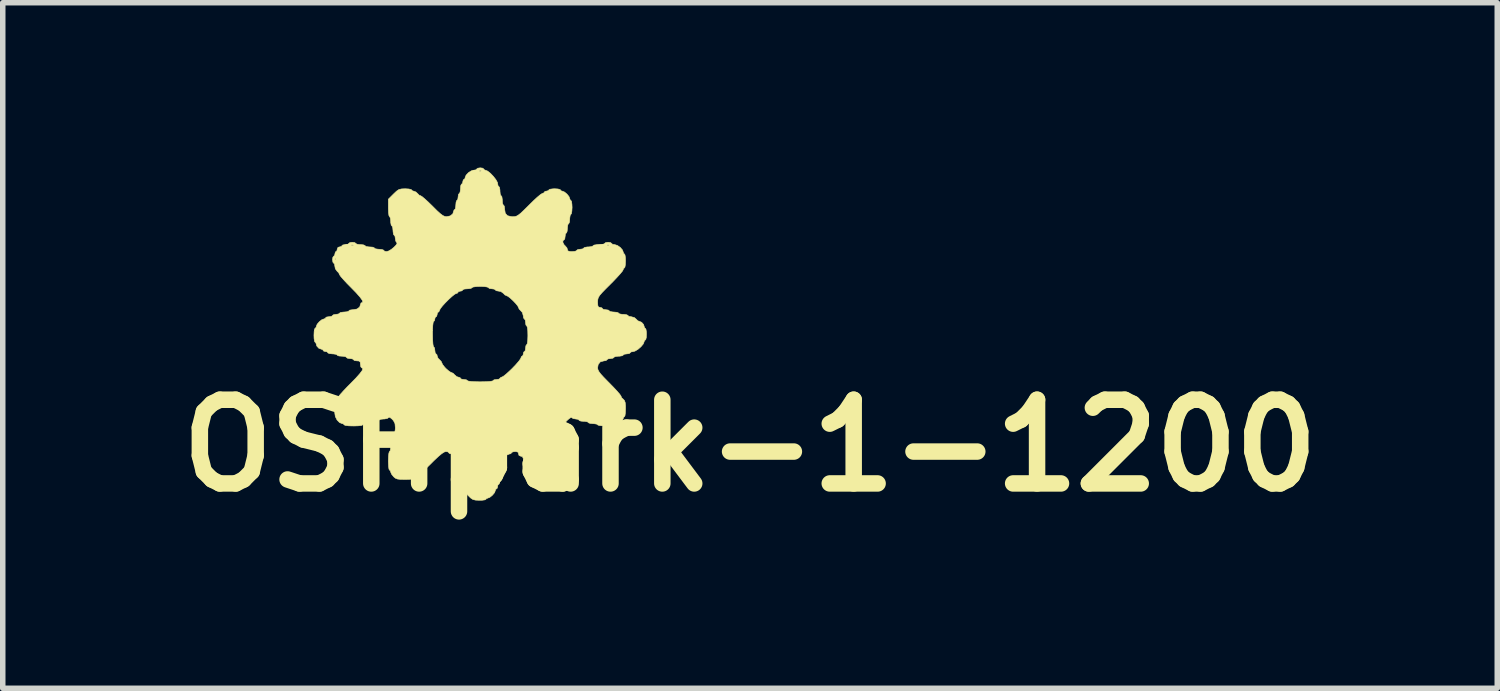
<source format=kicad_pcb>
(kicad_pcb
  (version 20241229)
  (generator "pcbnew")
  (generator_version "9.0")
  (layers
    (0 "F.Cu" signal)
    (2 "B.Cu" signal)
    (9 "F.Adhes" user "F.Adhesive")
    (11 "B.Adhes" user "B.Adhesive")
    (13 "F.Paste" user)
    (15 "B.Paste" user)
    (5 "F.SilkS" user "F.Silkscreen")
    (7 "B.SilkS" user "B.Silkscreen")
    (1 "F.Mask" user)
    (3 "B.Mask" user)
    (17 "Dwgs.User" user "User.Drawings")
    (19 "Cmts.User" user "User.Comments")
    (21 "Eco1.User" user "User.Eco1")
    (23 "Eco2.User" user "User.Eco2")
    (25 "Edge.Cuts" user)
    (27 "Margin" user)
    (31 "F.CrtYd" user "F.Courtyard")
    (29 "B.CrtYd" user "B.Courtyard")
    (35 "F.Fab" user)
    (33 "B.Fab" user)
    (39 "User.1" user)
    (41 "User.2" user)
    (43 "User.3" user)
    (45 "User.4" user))
  (footprint "OSHpark-1-1200"
    (layer "F.Cu")
    (at 5.628 3.011)
    (property "Reference" "OSHpark-1-1200" (at 4.975 2.05 180) (layer "F.SilkS") (effects (font (size 1.524 1.524) (thickness 0.3))))
    (attr through_hole)
    (fp_poly (pts (xy 0.108 -3) (xy 0.127 -2.985) (xy 0.127 -2.985) (xy 0.144 -2.966) (xy 0.159 -2.963) (xy 0.198 -2.947) (xy 0.25 -2.906) (xy 0.303 -2.85) (xy 0.349 -2.791) (xy 0.377 -2.74) (xy 0.381 -2.72) (xy 0.388 -2.68) (xy 0.402 -2.667) (xy 0.415 -2.648) (xy 0.423 -2.601) (xy 0.423 -2.582) (xy 0.428 -2.529) (xy 0.44 -2.5) (xy 0.445 -2.498) (xy 0.458 -2.479) (xy 0.465 -2.432) (xy 0.466 -2.413) (xy 0.47 -2.36) (xy 0.482 -2.33) (xy 0.487 -2.328) (xy 0.501 -2.31) (xy 0.508 -2.264) (xy 0.508 -2.253) (xy 0.52 -2.179) (xy 0.559 -2.135) (xy 0.629 -2.118) (xy 0.655 -2.117) (xy 0.692 -2.118) (xy 0.724 -2.127) (xy 0.759 -2.147) (xy 0.803 -2.182) (xy 0.863 -2.239) (xy 0.945 -2.32) (xy 0.953 -2.328) (xy 1.031 -2.405) (xy 1.1 -2.469) (xy 1.155 -2.515) (xy 1.19 -2.538) (xy 1.195 -2.54) (xy 1.224 -2.551) (xy 1.228 -2.561) (xy 1.245 -2.578) (xy 1.27 -2.582) (xy 1.304 -2.591) (xy 1.312 -2.603) (xy 1.331 -2.616) (xy 1.38 -2.623) (xy 1.418 -2.625) (xy 1.479 -2.621) (xy 1.517 -2.611) (xy 1.524 -2.603) (xy 1.541 -2.585) (xy 1.557 -2.582) (xy 1.597 -2.566) (xy 1.643 -2.528) (xy 1.68 -2.482) (xy 1.693 -2.446) (xy 1.704 -2.417) (xy 1.714 -2.413) (xy 1.726 -2.394) (xy 1.733 -2.343) (xy 1.736 -2.286) (xy 1.732 -2.218) (xy 1.724 -2.172) (xy 1.714 -2.159) (xy 1.701 -2.14) (xy 1.694 -2.093) (xy 1.693 -2.074) (xy 1.689 -2.021) (xy 1.677 -1.992) (xy 1.672 -1.99) (xy 1.659 -1.971) (xy 1.652 -1.924) (xy 1.651 -1.905) (xy 1.646 -1.852) (xy 1.635 -1.822) (xy 1.63 -1.82) (xy 1.615 -1.802) (xy 1.609 -1.758) (xy 1.609 -1.757) (xy 1.603 -1.712) (xy 1.588 -1.693) (xy 1.587 -1.693) (xy 1.568 -1.679) (xy 1.57 -1.644) (xy 1.59 -1.606) (xy 1.609 -1.587) (xy 1.642 -1.549) (xy 1.651 -1.519) (xy 1.66 -1.494) (xy 1.694 -1.483) (xy 1.736 -1.482) (xy 1.789 -1.486) (xy 1.818 -1.498) (xy 1.82 -1.503) (xy 1.839 -1.518) (xy 1.883 -1.524) (xy 1.884 -1.524) (xy 1.928 -1.53) (xy 1.947 -1.545) (xy 1.947 -1.545) (xy 1.966 -1.558) (xy 2.013 -1.566) (xy 2.032 -1.566) (xy 2.085 -1.571) (xy 2.115 -1.583) (xy 2.117 -1.587) (xy 2.136 -1.6) (xy 2.149 -1.602) (xy 2.378 -1.602) (xy 2.381 -1.589) (xy 2.392 -1.587) (xy 2.409 -1.595) (xy 2.406 -1.602) (xy 2.381 -1.604) (xy 2.378 -1.602) (xy 2.149 -1.602) (xy 2.184 -1.607) (xy 2.223 -1.609) (xy 2.283 -1.612) (xy 2.321 -1.622) (xy 2.328 -1.63) (xy 2.347 -1.645) (xy 2.391 -1.651) (xy 2.392 -1.651) (xy 2.436 -1.645) (xy 2.455 -1.63) (xy 2.455 -1.63) (xy 2.473 -1.614) (xy 2.509 -1.609) (xy 2.561 -1.593) (xy 2.614 -1.556) (xy 2.654 -1.509) (xy 2.667 -1.472) (xy 2.678 -1.443) (xy 2.688 -1.439) (xy 2.699 -1.42) (xy 2.707 -1.37) (xy 2.709 -1.312) (xy 2.706 -1.245) (xy 2.698 -1.199) (xy 2.688 -1.185) (xy 2.669 -1.168) (xy 2.667 -1.153) (xy 2.653 -1.127) (xy 2.613 -1.078) (xy 2.553 -1.012) (xy 2.479 -0.934) (xy 2.434 -0.889) (xy 2.346 -0.801) (xy 2.283 -0.736) (xy 2.242 -0.689) (xy 2.218 -0.652) (xy 2.206 -0.62) (xy 2.202 -0.587) (xy 2.201 -0.562) (xy 2.204 -0.502) (xy 2.215 -0.473) (xy 2.24 -0.466) (xy 2.244 -0.466) (xy 2.278 -0.457) (xy 2.286 -0.445) (xy 2.304 -0.43) (xy 2.349 -0.423) (xy 2.349 -0.423) (xy 2.394 -0.417) (xy 2.413 -0.402) (xy 2.413 -0.402) (xy 2.432 -0.389) (xy 2.479 -0.382) (xy 2.498 -0.381) (xy 2.551 -0.376) (xy 2.58 -0.365) (xy 2.582 -0.36) (xy 2.601 -0.347) (xy 2.648 -0.339) (xy 2.667 -0.339) (xy 2.72 -0.334) (xy 2.75 -0.322) (xy 2.752 -0.318) (xy 2.77 -0.302) (xy 2.81 -0.296) (xy 2.87 -0.28) (xy 2.9 -0.254) (xy 2.934 -0.221) (xy 2.959 -0.212) (xy 3.002 -0.194) (xy 3.038 -0.153) (xy 3.048 -0.118) (xy 3.059 -0.089) (xy 3.069 -0.085) (xy 3.081 -0.066) (xy 3.089 -0.017) (xy 3.09 0.021) (xy 3.087 0.082) (xy 3.077 0.12) (xy 3.069 0.127) (xy 3.051 0.144) (xy 3.048 0.159) (xy 3.031 0.201) (xy 2.989 0.251) (xy 2.935 0.298) (xy 2.881 0.33) (xy 2.848 0.339) (xy 2.808 0.346) (xy 2.794 0.36) (xy 2.776 0.375) (xy 2.731 0.381) (xy 2.731 0.381) (xy 2.686 0.387) (xy 2.667 0.402) (xy 2.667 0.402) (xy 2.648 0.415) (xy 2.601 0.423) (xy 2.582 0.423) (xy 2.529 0.428) (xy 2.5 0.44) (xy 2.498 0.445) (xy 2.479 0.459) (xy 2.435 0.466) (xy 2.434 0.466) (xy 2.39 0.472) (xy 2.371 0.487) (xy 2.371 0.487) (xy 2.353 0.503) (xy 2.316 0.508) (xy 2.251 0.525) (xy 2.211 0.574) (xy 2.201 0.634) (xy 2.206 0.666) (xy 2.222 0.7) (xy 2.255 0.745) (xy 2.309 0.804) (xy 2.388 0.885) (xy 2.413 0.91) (xy 2.489 0.988) (xy 2.553 1.057) (xy 2.6 1.111) (xy 2.623 1.143) (xy 2.625 1.148) (xy 2.64 1.181) (xy 2.667 1.206) (xy 2.69 1.231) (xy 2.703 1.268) (xy 2.709 1.33) (xy 2.709 1.381) (xy 2.706 1.455) (xy 2.699 1.506) (xy 2.688 1.524) (xy 2.67 1.541) (xy 2.667 1.557) (xy 2.649 1.605) (xy 2.607 1.642) (xy 2.573 1.651) (xy 2.544 1.662) (xy 2.54 1.672) (xy 2.52 1.683) (xy 2.466 1.69) (xy 2.386 1.693) (xy 2.371 1.693) (xy 2.287 1.691) (xy 2.228 1.684) (xy 2.202 1.674) (xy 2.201 1.672) (xy 2.183 1.659) (xy 2.136 1.652) (xy 2.117 1.651) (xy 2.064 1.646) (xy 2.034 1.635) (xy 2.032 1.63) (xy 2.013 1.617) (xy 1.966 1.609) (xy 1.947 1.609) (xy 1.894 1.604) (xy 1.865 1.592) (xy 1.863 1.587) (xy 1.844 1.572) (xy 1.801 1.566) (xy 1.754 1.558) (xy 1.731 1.541) (xy 1.714 1.539) (xy 1.68 1.561) (xy 1.639 1.598) (xy 1.601 1.641) (xy 1.573 1.681) (xy 1.566 1.703) (xy 1.578 1.732) (xy 1.587 1.736) (xy 1.601 1.754) (xy 1.608 1.801) (xy 1.609 1.82) (xy 1.613 1.873) (xy 1.625 1.903) (xy 1.63 1.905) (xy 1.645 1.923) (xy 1.651 1.968) (xy 1.651 1.968) (xy 1.657 2.013) (xy 1.672 2.032) (xy 1.672 2.032) (xy 1.685 2.051) (xy 1.693 2.098) (xy 1.693 2.117) (xy 1.698 2.17) (xy 1.71 2.199) (xy 1.714 2.201) (xy 1.726 2.221) (xy 1.733 2.271) (xy 1.736 2.328) (xy 1.732 2.396) (xy 1.724 2.442) (xy 1.714 2.455) (xy 1.697 2.473) (xy 1.693 2.498) (xy 1.684 2.532) (xy 1.672 2.54) (xy 1.655 2.558) (xy 1.651 2.582) (xy 1.636 2.618) (xy 1.609 2.625) (xy 1.574 2.634) (xy 1.566 2.646) (xy 1.547 2.657) (xy 1.494 2.664) (xy 1.418 2.667) (xy 1.418 2.667) (xy 1.342 2.664) (xy 1.29 2.657) (xy 1.27 2.646) (xy 1.27 2.646) (xy 1.253 2.627) (xy 1.236 2.625) (xy 1.201 2.61) (xy 1.156 2.574) (xy 1.143 2.561) (xy 1.1 2.521) (xy 1.066 2.499) (xy 1.059 2.498) (xy 1.025 2.482) (xy 0.982 2.444) (xy 0.947 2.399) (xy 0.931 2.362) (xy 0.931 2.361) (xy 0.914 2.334) (xy 0.889 2.328) (xy 0.854 2.313) (xy 0.847 2.286) (xy 0.832 2.251) (xy 0.804 2.244) (xy 0.769 2.229) (xy 0.762 2.201) (xy 0.752 2.17) (xy 0.715 2.159) (xy 0.699 2.159) (xy 0.654 2.165) (xy 0.635 2.18) (xy 0.635 2.18) (xy 0.618 2.199) (xy 0.602 2.201) (xy 0.551 2.22) (xy 0.518 2.272) (xy 0.508 2.337) (xy 0.503 2.387) (xy 0.49 2.412) (xy 0.487 2.413) (xy 0.474 2.432) (xy 0.466 2.479) (xy 0.466 2.498) (xy 0.461 2.551) (xy 0.449 2.58) (xy 0.445 2.582) (xy 0.431 2.601) (xy 0.424 2.648) (xy 0.423 2.667) (xy 0.419 2.72) (xy 0.407 2.75) (xy 0.402 2.752) (xy 0.385 2.769) (xy 0.381 2.794) (xy 0.372 2.828) (xy 0.36 2.836) (xy 0.341 2.854) (xy 0.339 2.869) (xy 0.323 2.909) (xy 0.284 2.955) (xy 0.238 2.992) (xy 0.202 3.006) (xy 0.173 3.017) (xy 0.169 3.027) (xy 0.15 3.038) (xy 0.1 3.045) (xy 0.048 3.046) (xy -0.022 3.043) (xy -0.07 3.031) (xy -0.112 3.003) (xy -0.164 2.952) (xy -0.212 2.897) (xy -0.245 2.85) (xy -0.254 2.826) (xy -0.265 2.798) (xy -0.275 2.794) (xy -0.288 2.775) (xy -0.296 2.728) (xy -0.296 2.709) (xy -0.301 2.656) (xy -0.313 2.627) (xy -0.318 2.625) (xy -0.331 2.606) (xy -0.338 2.559) (xy -0.339 2.54) (xy -0.343 2.487) (xy -0.355 2.457) (xy -0.36 2.455) (xy -0.375 2.437) (xy -0.381 2.393) (xy -0.381 2.392) (xy -0.387 2.347) (xy -0.402 2.328) (xy -0.402 2.328) (xy -0.417 2.31) (xy -0.423 2.266) (xy -0.423 2.265) (xy -0.43 2.218) (xy -0.455 2.202) (xy -0.466 2.201) (xy -0.5 2.192) (xy -0.508 2.18) (xy -0.526 2.164) (xy -0.562 2.159) (xy -0.592 2.168) (xy -0.636 2.196) (xy -0.697 2.247) (xy -0.779 2.324) (xy -0.847 2.392) (xy -0.929 2.472) (xy -1.002 2.541) (xy -1.061 2.592) (xy -1.1 2.62) (xy -1.111 2.625) (xy -1.139 2.636) (xy -1.143 2.646) (xy -1.163 2.656) (xy -1.216 2.664) (xy -1.295 2.667) (xy -1.303 2.667) (xy -1.388 2.665) (xy -1.443 2.659) (xy -1.48 2.644) (xy -1.512 2.618) (xy -1.514 2.615) (xy -1.55 2.571) (xy -1.566 2.533) (xy -1.566 2.53) (xy -1.577 2.502) (xy -1.587 2.498) (xy -1.598 2.478) (xy -1.605 2.424) (xy -1.609 2.343) (xy -1.609 2.328) (xy -1.606 2.244) (xy -1.599 2.186) (xy -1.589 2.16) (xy -1.587 2.159) (xy -1.574 2.14) (xy -1.567 2.093) (xy -1.566 2.074) (xy -1.562 2.021) (xy -1.55 1.992) (xy -1.545 1.99) (xy -1.532 1.971) (xy -1.525 1.924) (xy -1.524 1.905) (xy -1.519 1.852) (xy -1.508 1.822) (xy -1.503 1.82) (xy -1.49 1.801) (xy -1.483 1.753) (xy -1.482 1.724) (xy -1.488 1.651) (xy -1.514 1.599) (xy -1.538 1.571) (xy -1.58 1.537) (xy -1.602 1.537) (xy -1.604 1.54) (xy -1.629 1.557) (xy -1.68 1.566) (xy -1.695 1.566) (xy -1.747 1.571) (xy -1.776 1.583) (xy -1.778 1.587) (xy -1.797 1.601) (xy -1.844 1.608) (xy -1.863 1.609) (xy -1.916 1.613) (xy -1.945 1.625) (xy -1.947 1.63) (xy -1.966 1.645) (xy -2.01 1.651) (xy -2.011 1.651) (xy -2.055 1.657) (xy -2.074 1.672) (xy -2.074 1.672) (xy -2.094 1.683) (xy -2.148 1.69) (xy -2.229 1.693) (xy -2.244 1.693) (xy -2.328 1.691) (xy -2.386 1.684) (xy -2.412 1.674) (xy -2.413 1.672) (xy -2.43 1.654) (xy -2.446 1.651) (xy -2.496 1.632) (xy -2.542 1.585) (xy -2.574 1.522) (xy -2.582 1.472) (xy -2.588 1.423) (xy -2.601 1.398) (xy -2.603 1.397) (xy -2.621 1.379) (xy -2.625 1.355) (xy -2.616 1.32) (xy -2.603 1.312) (xy -2.586 1.295) (xy -2.582 1.27) (xy -2.573 1.236) (xy -2.561 1.228) (xy -2.542 1.21) (xy -2.54 1.195) (xy -2.526 1.17) (xy -2.486 1.121) (xy -2.426 1.054) (xy -2.352 0.976) (xy -2.307 0.931) (xy -2.202 0.824) (xy -2.129 0.742) (xy -2.086 0.685) (xy -2.073 0.649) (xy -2.089 0.635) (xy -2.095 0.635) (xy -2.11 0.617) (xy -2.117 0.572) (xy -2.117 0.572) (xy -2.122 0.527) (xy -2.147 0.51) (xy -2.18 0.508) (xy -2.225 0.502) (xy -2.244 0.487) (xy -2.244 0.487) (xy -2.262 0.472) (xy -2.306 0.466) (xy -2.307 0.466) (xy -2.352 0.46) (xy -2.371 0.445) (xy -2.371 0.445) (xy -2.389 0.431) (xy -2.436 0.424) (xy -2.455 0.423) (xy -2.508 0.419) (xy -2.538 0.407) (xy -2.54 0.402) (xy -2.559 0.389) (xy -2.606 0.382) (xy -2.625 0.381) (xy -2.678 0.376) (xy -2.707 0.365) (xy -2.709 0.36) (xy -2.727 0.343) (xy -2.752 0.339) (xy -2.786 0.33) (xy -2.794 0.318) (xy -2.811 0.299) (xy -2.827 0.296) (xy -2.875 0.278) (xy -2.912 0.237) (xy -2.921 0.203) (xy -2.932 0.173) (xy -2.942 0.169) (xy -2.953 0.15) (xy -2.961 0.1) (xy -2.963 0.042) (xy -2.962 0.021) (xy -0.804 0.021) (xy -0.802 0.126) (xy -0.797 0.203) (xy -0.789 0.246) (xy -0.783 0.254) (xy -0.768 0.272) (xy -0.762 0.317) (xy -0.762 0.318) (xy -0.756 0.362) (xy -0.741 0.381) (xy -0.741 0.381) (xy -0.723 0.399) (xy -0.72 0.419) (xy -0.704 0.46) (xy -0.677 0.487) (xy -0.645 0.521) (xy -0.635 0.545) (xy -0.621 0.575) (xy -0.585 0.621) (xy -0.562 0.646) (xy -0.513 0.689) (xy -0.473 0.716) (xy -0.46 0.72) (xy -0.428 0.735) (xy -0.402 0.762) (xy -0.364 0.795) (xy -0.334 0.804) (xy -0.302 0.814) (xy -0.296 0.826) (xy -0.278 0.84) (xy -0.234 0.847) (xy -0.233 0.847) (xy -0.188 0.853) (xy -0.169 0.868) (xy -0.169 0.868) (xy -0.149 0.877) (xy -0.092 0.884) (xy -0.003 0.888) (xy 0.064 0.889) (xy 0.169 0.887) (xy 0.245 0.882) (xy 0.289 0.874) (xy 0.296 0.868) (xy 0.315 0.853) (xy 0.359 0.847) (xy 0.36 0.847) (xy 0.404 0.841) (xy 0.423 0.826) (xy 0.423 0.826) (xy 0.441 0.807) (xy 0.455 0.804) (xy 0.483 0.79) (xy 0.532 0.752) (xy 0.595 0.695) (xy 0.646 0.646) (xy 0.711 0.578) (xy 0.764 0.517) (xy 0.796 0.473) (xy 0.804 0.455) (xy 0.816 0.427) (xy 0.826 0.423) (xy 0.843 0.406) (xy 0.847 0.381) (xy 0.856 0.347) (xy 0.868 0.339) (xy 0.883 0.32) (xy 0.889 0.276) (xy 0.889 0.275) (xy 0.895 0.231) (xy 0.91 0.212) (xy 0.91 0.212) (xy 0.921 0.192) (xy 0.928 0.138) (xy 0.931 0.057) (xy 0.931 0.042) (xy 0.929 -0.042) (xy 0.922 -0.1) (xy 0.912 -0.126) (xy 0.91 -0.127) (xy 0.895 -0.145) (xy 0.889 -0.19) (xy 0.889 -0.191) (xy 0.883 -0.235) (xy 0.868 -0.254) (xy 0.868 -0.254) (xy 0.853 -0.272) (xy 0.847 -0.313) (xy 0.831 -0.372) (xy 0.804 -0.402) (xy 0.772 -0.436) (xy 0.762 -0.46) (xy 0.747 -0.491) (xy 0.71 -0.537) (xy 0.66 -0.589) (xy 0.608 -0.637) (xy 0.565 -0.669) (xy 0.545 -0.677) (xy 0.512 -0.693) (xy 0.487 -0.72) (xy 0.44 -0.754) (xy 0.397 -0.762) (xy 0.355 -0.769) (xy 0.339 -0.783) (xy 0.32 -0.798) (xy 0.276 -0.804) (xy 0.275 -0.804) (xy 0.231 -0.81) (xy 0.212 -0.825) (xy 0.212 -0.826) (xy 0.192 -0.836) (xy 0.14 -0.844) (xy 0.064 -0.847) (xy 0.064 -0.847) (xy -0.013 -0.844) (xy -0.065 -0.836) (xy -0.085 -0.826) (xy -0.085 -0.826) (xy -0.103 -0.812) (xy -0.15 -0.805) (xy -0.169 -0.804) (xy -0.222 -0.8) (xy -0.252 -0.788) (xy -0.254 -0.783) (xy -0.272 -0.766) (xy -0.296 -0.762) (xy -0.331 -0.753) (xy -0.339 -0.741) (xy -0.356 -0.722) (xy -0.371 -0.72) (xy -0.401 -0.705) (xy -0.45 -0.666) (xy -0.509 -0.612) (xy -0.57 -0.551) (xy -0.624 -0.492) (xy -0.662 -0.443) (xy -0.677 -0.413) (xy -0.677 -0.413) (xy -0.689 -0.385) (xy -0.699 -0.381) (xy -0.716 -0.363) (xy -0.72 -0.339) (xy -0.729 -0.304) (xy -0.741 -0.296) (xy -0.758 -0.279) (xy -0.762 -0.254) (xy -0.771 -0.22) (xy -0.783 -0.212) (xy -0.793 -0.191) (xy -0.8 -0.134) (xy -0.804 -0.046) (xy -0.804 0.021) (xy -2.962 0.021) (xy -2.96 -0.025) (xy -2.952 -0.071) (xy -2.942 -0.085) (xy -2.924 -0.102) (xy -2.921 -0.117) (xy -2.905 -0.158) (xy -2.866 -0.204) (xy -2.82 -0.241) (xy -2.784 -0.254) (xy -2.756 -0.265) (xy -2.752 -0.275) (xy -2.733 -0.29) (xy -2.689 -0.296) (xy -2.688 -0.296) (xy -2.644 -0.302) (xy -2.625 -0.317) (xy -2.625 -0.318) (xy -2.606 -0.332) (xy -2.562 -0.339) (xy -2.561 -0.339) (xy -2.517 -0.345) (xy -2.498 -0.36) (xy -2.498 -0.36) (xy -2.479 -0.373) (xy -2.432 -0.38) (xy -2.413 -0.381) (xy -2.36 -0.386) (xy -2.33 -0.397) (xy -2.328 -0.402) (xy -2.31 -0.416) (xy -2.264 -0.423) (xy -2.253 -0.423) (xy -2.179 -0.436) (xy -2.131 -0.472) (xy -2.117 -0.517) (xy -2.106 -0.546) (xy -2.095 -0.55) (xy -2.074 -0.561) (xy -2.083 -0.595) (xy -2.123 -0.651) (xy -2.195 -0.733) (xy -2.286 -0.826) (xy -2.362 -0.903) (xy -2.426 -0.972) (xy -2.473 -1.026) (xy -2.496 -1.058) (xy -2.498 -1.064) (xy -2.513 -1.096) (xy -2.54 -1.122) (xy -2.574 -1.169) (xy -2.582 -1.211) (xy -2.589 -1.254) (xy -2.603 -1.27) (xy -2.618 -1.288) (xy -2.625 -1.333) (xy -2.625 -1.333) (xy -2.623 -1.344) (xy -2.582 -1.344) (xy -2.572 -1.333) (xy -2.561 -1.344) (xy -2.572 -1.355) (xy -2.582 -1.344) (xy -2.623 -1.344) (xy -2.619 -1.378) (xy -2.604 -1.397) (xy -2.603 -1.397) (xy -2.586 -1.415) (xy -2.582 -1.439) (xy -2.573 -1.474) (xy -2.561 -1.482) (xy -2.544 -1.499) (xy -2.54 -1.524) (xy -2.525 -1.559) (xy -2.498 -1.566) (xy -2.463 -1.575) (xy -2.455 -1.587) (xy -2.438 -1.602) (xy -2.279 -1.602) (xy -2.276 -1.589) (xy -2.265 -1.587) (xy -2.247 -1.595) (xy -2.251 -1.602) (xy -2.276 -1.604) (xy -2.279 -1.602) (xy -2.438 -1.602) (xy -2.437 -1.602) (xy -2.393 -1.609) (xy -2.392 -1.609) (xy -2.347 -1.615) (xy -2.328 -1.63) (xy -2.328 -1.63) (xy -2.31 -1.645) (xy -2.266 -1.651) (xy -2.265 -1.651) (xy -2.22 -1.645) (xy -2.201 -1.63) (xy -2.201 -1.63) (xy -2.183 -1.617) (xy -2.136 -1.609) (xy -2.117 -1.609) (xy -2.064 -1.604) (xy -2.034 -1.592) (xy -2.032 -1.587) (xy -2.013 -1.574) (xy -1.966 -1.567) (xy -1.947 -1.566) (xy -1.894 -1.562) (xy -1.865 -1.55) (xy -1.863 -1.545) (xy -1.844 -1.532) (xy -1.797 -1.525) (xy -1.778 -1.524) (xy -1.725 -1.519) (xy -1.695 -1.508) (xy -1.693 -1.503) (xy -1.675 -1.487) (xy -1.64 -1.482) (xy -1.602 -1.493) (xy -1.555 -1.521) (xy -1.508 -1.559) (xy -1.47 -1.598) (xy -1.45 -1.63) (xy -1.456 -1.646) (xy -1.474 -1.671) (xy -1.482 -1.716) (xy -1.488 -1.76) (xy -1.503 -1.778) (xy -1.516 -1.797) (xy -1.523 -1.844) (xy -1.524 -1.863) (xy -1.529 -1.916) (xy -1.54 -1.945) (xy -1.545 -1.947) (xy -1.558 -1.966) (xy -1.566 -2.013) (xy -1.566 -2.032) (xy -1.571 -2.085) (xy -1.583 -2.115) (xy -1.587 -2.117) (xy -1.598 -2.136) (xy -1.606 -2.19) (xy -1.609 -2.268) (xy -1.609 -2.276) (xy -1.609 -2.435) (xy -1.514 -2.53) (xy -1.459 -2.582) (xy -1.416 -2.611) (xy -1.37 -2.622) (xy -1.304 -2.625) (xy -1.302 -2.625) (xy -1.238 -2.621) (xy -1.196 -2.612) (xy -1.185 -2.603) (xy -1.168 -2.586) (xy -1.148 -2.582) (xy -1.107 -2.566) (xy -1.079 -2.54) (xy -1.046 -2.507) (xy -1.021 -2.498) (xy -0.996 -2.483) (xy -0.949 -2.444) (xy -0.885 -2.386) (xy -0.812 -2.315) (xy -0.804 -2.307) (xy -0.722 -2.225) (xy -0.661 -2.17) (xy -0.616 -2.137) (xy -0.58 -2.121) (xy -0.55 -2.117) (xy -0.482 -2.131) (xy -0.436 -2.168) (xy -0.423 -2.21) (xy -0.412 -2.24) (xy -0.402 -2.244) (xy -0.389 -2.262) (xy -0.382 -2.309) (xy -0.381 -2.328) (xy -0.376 -2.381) (xy -0.365 -2.411) (xy -0.36 -2.413) (xy -0.345 -2.431) (xy -0.339 -2.476) (xy -0.339 -2.477) (xy -0.333 -2.521) (xy -0.318 -2.54) (xy -0.318 -2.54) (xy -0.304 -2.559) (xy -0.297 -2.606) (xy -0.296 -2.625) (xy -0.292 -2.678) (xy -0.28 -2.707) (xy -0.275 -2.709) (xy -0.258 -2.727) (xy -0.254 -2.752) (xy -0.245 -2.786) (xy -0.233 -2.794) (xy -0.214 -2.811) (xy -0.212 -2.827) (xy -0.194 -2.872) (xy -0.151 -2.918) (xy -0.097 -2.952) (xy -0.082 -2.956) (xy 0.049 -2.956) (xy 0.052 -2.944) (xy 0.064 -2.942) (xy 0.081 -2.95) (xy 0.078 -2.956) (xy 0.052 -2.959) (xy 0.049 -2.956) (xy -0.082 -2.956) (xy -0.054 -2.963) (xy -0.014 -2.97) (xy 0 -2.985) (xy 0.018 -2.999) (xy 0.063 -3.006) (xy 0.064 -3.006) (xy 0.108 -3)) (stroke (width 0.01) (type solid)) (fill yes) (layer "F.SilkS")))
  (gr_rect
    (start -3 -3)
    (end 24.205 9.479)
    (stroke (width 0.1) (type default))
    (fill no)
    (layer "Edge.Cuts")))
</source>
